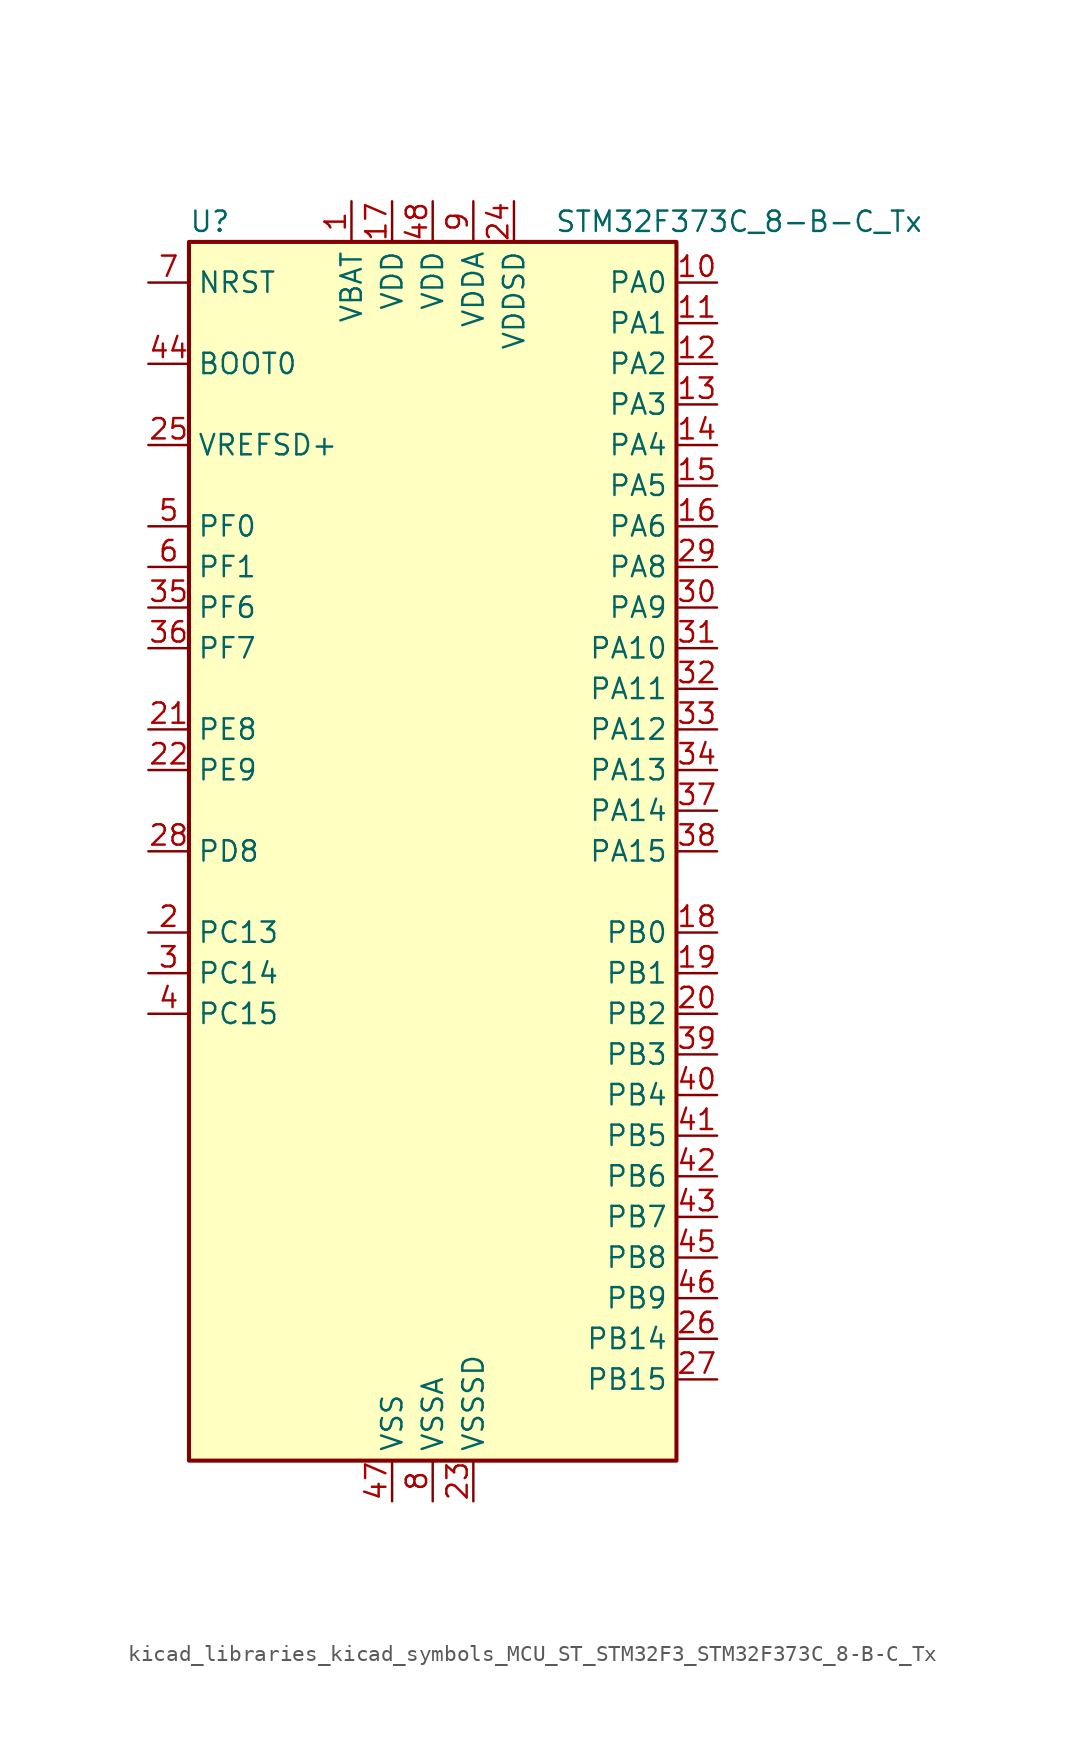
<source format=kicad_sym>
(kicad_symbol_lib
  (version 20220914)
  (generator kicad_symbol_editor)
  (symbol "kicad_libraries_kicad_symbols_MCU_ST_STM32F3_STM32F373C_8-B-C_Tx"
    (property "Reference" "U"
      (at -15.24 39.37 0)
      (effects (font (size 1.27 1.27)) (justify left)))
    (property "Value" "STM32F373C_8-B-C_Tx"
      (at 7.62 39.37 0)
      (effects (font (size 1.27 1.27)) (justify left)))
    (property "ki_locked" ""
      (at 0 0 0)
      (effects (font (size 1.27 1.27))))
    (symbol "kicad_libraries_kicad_symbols_MCU_ST_STM32F3_STM32F373C_8-B-C_Tx_0_1"
      (rectangle (start -15.24 -38.1) (end 15.24 38.1) (stroke (width 0.254) (type default)) (fill (type background))))
    (symbol "kicad_libraries_kicad_symbols_MCU_ST_STM32F3_STM32F373C_8-B-C_Tx_1_1"
      (pin power_in line (at -5.08 40.64 270) (length 2.54) (name "VBAT" (effects (font (size 1.27 1.27)))) (number "1" (effects (font (size 1.27 1.27)))))
      (pin bidirectional line (at 17.78 35.56 180) (length 2.54) (name "PA0" (effects (font (size 1.27 1.27)))) (number "10" (effects (font (size 1.27 1.27)))) (alternate "ADC1_IN0" bidirectional line) (alternate "COMP1_INM" bidirectional line) (alternate "COMP1_OUT" bidirectional line) (alternate "RTC_TAMP2" bidirectional line) (alternate "SYS_WKUP1" bidirectional line) (alternate "TIM19_CH1" bidirectional line) (alternate "TIM2_CH1" bidirectional line) (alternate "TIM2_ETR" bidirectional line) (alternate "TIM5_CH1" bidirectional line) (alternate "TIM5_ETR" bidirectional line) (alternate "TSC_G1_IO1" bidirectional line) (alternate "USART2_CTS" bidirectional line))
      (pin bidirectional line (at 17.78 33.02 180) (length 2.54) (name "PA1" (effects (font (size 1.27 1.27)))) (number "11" (effects (font (size 1.27 1.27)))) (alternate "ADC1_IN1" bidirectional line) (alternate "COMP1_INP" bidirectional line) (alternate "I2S3_CK" bidirectional line) (alternate "RTC_REFIN" bidirectional line) (alternate "SPI3_SCK" bidirectional line) (alternate "TIM15_CH1N" bidirectional line) (alternate "TIM19_CH2" bidirectional line) (alternate "TIM2_CH2" bidirectional line) (alternate "TIM5_CH2" bidirectional line) (alternate "TSC_G1_IO2" bidirectional line) (alternate "USART2_DE" bidirectional line) (alternate "USART2_RTS" bidirectional line))
      (pin bidirectional line (at 17.78 30.48 180) (length 2.54) (name "PA2" (effects (font (size 1.27 1.27)))) (number "12" (effects (font (size 1.27 1.27)))) (alternate "ADC1_IN2" bidirectional line) (alternate "COMP2_INM" bidirectional line) (alternate "COMP2_OUT" bidirectional line) (alternate "I2S3_MCK" bidirectional line) (alternate "SPI3_MISO" bidirectional line) (alternate "TIM15_CH1" bidirectional line) (alternate "TIM19_CH3" bidirectional line) (alternate "TIM2_CH3" bidirectional line) (alternate "TIM5_CH3" bidirectional line) (alternate "TSC_G1_IO3" bidirectional line) (alternate "USART2_TX" bidirectional line))
      (pin bidirectional line (at 17.78 27.94 180) (length 2.54) (name "PA3" (effects (font (size 1.27 1.27)))) (number "13" (effects (font (size 1.27 1.27)))) (alternate "ADC1_IN3" bidirectional line) (alternate "COMP2_INP" bidirectional line) (alternate "I2S3_SD" bidirectional line) (alternate "SPI3_MOSI" bidirectional line) (alternate "TIM15_CH2" bidirectional line) (alternate "TIM19_CH4" bidirectional line) (alternate "TIM2_CH4" bidirectional line) (alternate "TIM5_CH4" bidirectional line) (alternate "TSC_G1_IO4" bidirectional line) (alternate "USART2_RX" bidirectional line))
      (pin bidirectional line (at 17.78 25.4 180) (length 2.54) (name "PA4" (effects (font (size 1.27 1.27)))) (number "14" (effects (font (size 1.27 1.27)))) (alternate "ADC1_IN4" bidirectional line) (alternate "DAC1_OUT1" bidirectional line) (alternate "I2S1_WS" bidirectional line) (alternate "I2S3_WS" bidirectional line) (alternate "SPI1_NSS" bidirectional line) (alternate "SPI3_NSS" bidirectional line) (alternate "TIM12_CH1" bidirectional line) (alternate "TIM3_CH2" bidirectional line) (alternate "TSC_G2_IO1" bidirectional line) (alternate "USART2_CK" bidirectional line))
      (pin bidirectional line (at 17.78 22.86 180) (length 2.54) (name "PA5" (effects (font (size 1.27 1.27)))) (number "15" (effects (font (size 1.27 1.27)))) (alternate "ADC1_IN5" bidirectional line) (alternate "CEC" bidirectional line) (alternate "DAC1_OUT2" bidirectional line) (alternate "I2S1_CK" bidirectional line) (alternate "SPI1_SCK" bidirectional line) (alternate "TIM12_CH2" bidirectional line) (alternate "TIM14_CH1" bidirectional line) (alternate "TIM2_CH1" bidirectional line) (alternate "TIM2_ETR" bidirectional line) (alternate "TSC_G2_IO2" bidirectional line))
      (pin bidirectional line (at 17.78 20.32 180) (length 2.54) (name "PA6" (effects (font (size 1.27 1.27)))) (number "16" (effects (font (size 1.27 1.27)))) (alternate "ADC1_IN6" bidirectional line) (alternate "COMP1_OUT" bidirectional line) (alternate "DAC2_OUT1" bidirectional line) (alternate "I2S1_MCK" bidirectional line) (alternate "SPI1_MISO" bidirectional line) (alternate "TIM13_CH1" bidirectional line) (alternate "TIM16_CH1" bidirectional line) (alternate "TIM3_CH1" bidirectional line) (alternate "TSC_G2_IO3" bidirectional line))
      (pin power_in line (at -2.54 40.64 270) (length 2.54) (name "VDD" (effects (font (size 1.27 1.27)))) (number "17" (effects (font (size 1.27 1.27)))))
      (pin bidirectional line (at 17.78 -5.08 180) (length 2.54) (name "PB0" (effects (font (size 1.27 1.27)))) (number "18" (effects (font (size 1.27 1.27)))) (alternate "ADC1_IN8" bidirectional line) (alternate "I2S1_SD" bidirectional line) (alternate "SDADC1_AIN6P" bidirectional line) (alternate "SPI1_MOSI" bidirectional line) (alternate "TIM3_CH2" bidirectional line) (alternate "TIM3_CH3" bidirectional line) (alternate "TSC_G3_IO3" bidirectional line))
      (pin bidirectional line (at 17.78 -7.62 180) (length 2.54) (name "PB1" (effects (font (size 1.27 1.27)))) (number "19" (effects (font (size 1.27 1.27)))) (alternate "ADC1_IN9" bidirectional line) (alternate "SDADC1_AIN5P" bidirectional line) (alternate "SDADC1_AIN6M" bidirectional line) (alternate "TIM3_CH4" bidirectional line) (alternate "TSC_G3_IO4" bidirectional line))
      (pin bidirectional line (at -17.78 -5.08 0) (length 2.54) (name "PC13" (effects (font (size 1.27 1.27)))) (number "2" (effects (font (size 1.27 1.27)))) (alternate "RTC_OUT_ALARM" bidirectional line) (alternate "RTC_OUT_CALIB" bidirectional line) (alternate "RTC_TAMP1" bidirectional line) (alternate "RTC_TS" bidirectional line) (alternate "SYS_WKUP2" bidirectional line))
      (pin bidirectional line (at 17.78 -10.16 180) (length 2.54) (name "PB2" (effects (font (size 1.27 1.27)))) (number "20" (effects (font (size 1.27 1.27)))) (alternate "SDADC1_AIN4P" bidirectional line) (alternate "SDADC2_AIN6P" bidirectional line))
      (pin bidirectional line (at -17.78 7.62 0) (length 2.54) (name "PE8" (effects (font (size 1.27 1.27)))) (number "21" (effects (font (size 1.27 1.27)))) (alternate "SDADC1_AIN8P" bidirectional line) (alternate "SDADC2_AIN8P" bidirectional line))
      (pin bidirectional line (at -17.78 5.08 0) (length 2.54) (name "PE9" (effects (font (size 1.27 1.27)))) (number "22" (effects (font (size 1.27 1.27)))) (alternate "DAC1_EXTI9" bidirectional line) (alternate "DAC2_EXTI9" bidirectional line) (alternate "SDADC1_AIN7P" bidirectional line) (alternate "SDADC1_AIN8M" bidirectional line) (alternate "SDADC2_AIN7P" bidirectional line) (alternate "SDADC2_AIN8M" bidirectional line))
      (pin power_in line (at 2.54 -40.64 90) (length 2.54) (name "VSSSD" (effects (font (size 1.27 1.27)))) (number "23" (effects (font (size 1.27 1.27)))))
      (pin power_in line (at 5.08 40.64 270) (length 2.54) (name "VDDSD" (effects (font (size 1.27 1.27)))) (number "24" (effects (font (size 1.27 1.27)))))
      (pin input line (at -17.78 25.4 0) (length 2.54) (name "VREFSD+" (effects (font (size 1.27 1.27)))) (number "25" (effects (font (size 1.27 1.27)))))
      (pin bidirectional line (at 17.78 -30.48 180) (length 2.54) (name "PB14" (effects (font (size 1.27 1.27)))) (number "26" (effects (font (size 1.27 1.27)))) (alternate "I2S2_MCK" bidirectional line) (alternate "SDADC3_AIN8P" bidirectional line) (alternate "SPI2_MISO" bidirectional line) (alternate "TIM12_CH1" bidirectional line) (alternate "TIM15_CH1" bidirectional line) (alternate "TSC_G6_IO1" bidirectional line) (alternate "USART3_DE" bidirectional line) (alternate "USART3_RTS" bidirectional line))
      (pin bidirectional line (at 17.78 -33.02 180) (length 2.54) (name "PB15" (effects (font (size 1.27 1.27)))) (number "27" (effects (font (size 1.27 1.27)))) (alternate "ADC1_EXTI15" bidirectional line) (alternate "I2S2_SD" bidirectional line) (alternate "RTC_REFIN" bidirectional line) (alternate "SDADC1_EXTI15" bidirectional line) (alternate "SDADC2_EXTI15" bidirectional line) (alternate "SDADC3_AIN7P" bidirectional line) (alternate "SDADC3_AIN8M" bidirectional line) (alternate "SDADC3_EXTI15" bidirectional line) (alternate "SPI2_MOSI" bidirectional line) (alternate "TIM12_CH2" bidirectional line) (alternate "TIM15_CH1N" bidirectional line) (alternate "TIM15_CH2" bidirectional line) (alternate "TSC_G6_IO2" bidirectional line))
      (pin bidirectional line (at -17.78 0 0) (length 2.54) (name "PD8" (effects (font (size 1.27 1.27)))) (number "28" (effects (font (size 1.27 1.27)))) (alternate "I2S2_CK" bidirectional line) (alternate "SDADC3_AIN6P" bidirectional line) (alternate "SPI2_SCK" bidirectional line) (alternate "TSC_G6_IO3" bidirectional line) (alternate "USART3_TX" bidirectional line))
      (pin bidirectional line (at 17.78 17.78 180) (length 2.54) (name "PA8" (effects (font (size 1.27 1.27)))) (number "29" (effects (font (size 1.27 1.27)))) (alternate "I2C2_SMBA" bidirectional line) (alternate "I2S2_CK" bidirectional line) (alternate "RCC_MCO" bidirectional line) (alternate "SPI2_SCK" bidirectional line) (alternate "TIM4_ETR" bidirectional line) (alternate "TIM5_CH1" bidirectional line) (alternate "TIM5_ETR" bidirectional line) (alternate "USART1_CK" bidirectional line))
      (pin bidirectional line (at -17.78 -7.62 0) (length 2.54) (name "PC14" (effects (font (size 1.27 1.27)))) (number "3" (effects (font (size 1.27 1.27)))) (alternate "RCC_OSC32_IN" bidirectional line))
      (pin bidirectional line (at 17.78 15.24 180) (length 2.54) (name "PA9" (effects (font (size 1.27 1.27)))) (number "30" (effects (font (size 1.27 1.27)))) (alternate "DAC1_EXTI9" bidirectional line) (alternate "DAC2_EXTI9" bidirectional line) (alternate "I2C2_SCL" bidirectional line) (alternate "I2S2_MCK" bidirectional line) (alternate "SPI2_MISO" bidirectional line) (alternate "TIM13_CH1" bidirectional line) (alternate "TIM15_BKIN" bidirectional line) (alternate "TIM2_CH3" bidirectional line) (alternate "TSC_G4_IO1" bidirectional line) (alternate "USART1_TX" bidirectional line))
      (pin bidirectional line (at 17.78 12.7 180) (length 2.54) (name "PA10" (effects (font (size 1.27 1.27)))) (number "31" (effects (font (size 1.27 1.27)))) (alternate "I2C2_SDA" bidirectional line) (alternate "I2S2_SD" bidirectional line) (alternate "SPI2_MOSI" bidirectional line) (alternate "TIM14_CH1" bidirectional line) (alternate "TIM17_BKIN" bidirectional line) (alternate "TIM2_CH4" bidirectional line) (alternate "TSC_G4_IO2" bidirectional line) (alternate "USART1_RX" bidirectional line))
      (pin bidirectional line (at 17.78 10.16 180) (length 2.54) (name "PA11" (effects (font (size 1.27 1.27)))) (number "32" (effects (font (size 1.27 1.27)))) (alternate "ADC1_EXTI11" bidirectional line) (alternate "CAN_RX" bidirectional line) (alternate "COMP1_OUT" bidirectional line) (alternate "I2S1_WS" bidirectional line) (alternate "I2S2_WS" bidirectional line) (alternate "SDADC1_EXTI11" bidirectional line) (alternate "SDADC2_EXTI11" bidirectional line) (alternate "SDADC3_EXTI11" bidirectional line) (alternate "SPI1_NSS" bidirectional line) (alternate "SPI2_NSS" bidirectional line) (alternate "TIM4_CH1" bidirectional line) (alternate "TIM5_CH2" bidirectional line) (alternate "USART1_CTS" bidirectional line) (alternate "USB_DM" bidirectional line))
      (pin bidirectional line (at 17.78 7.62 180) (length 2.54) (name "PA12" (effects (font (size 1.27 1.27)))) (number "33" (effects (font (size 1.27 1.27)))) (alternate "CAN_TX" bidirectional line) (alternate "COMP2_OUT" bidirectional line) (alternate "I2S1_CK" bidirectional line) (alternate "SPI1_SCK" bidirectional line) (alternate "TIM16_CH1" bidirectional line) (alternate "TIM4_CH2" bidirectional line) (alternate "TIM5_CH3" bidirectional line) (alternate "USART1_DE" bidirectional line) (alternate "USART1_RTS" bidirectional line) (alternate "USB_DP" bidirectional line))
      (pin bidirectional line (at 17.78 5.08 180) (length 2.54) (name "PA13" (effects (font (size 1.27 1.27)))) (number "34" (effects (font (size 1.27 1.27)))) (alternate "I2S1_MCK" bidirectional line) (alternate "IR_OUT" bidirectional line) (alternate "SPI1_MISO" bidirectional line) (alternate "SYS_JTMS-SWDIO" bidirectional line) (alternate "TIM16_CH1N" bidirectional line) (alternate "TIM4_CH3" bidirectional line) (alternate "TIM5_CH4" bidirectional line) (alternate "TSC_G4_IO3" bidirectional line) (alternate "USART3_CTS" bidirectional line))
      (pin bidirectional line (at -17.78 15.24 0) (length 2.54) (name "PF6" (effects (font (size 1.27 1.27)))) (number "35" (effects (font (size 1.27 1.27)))) (alternate "I2C2_SCL" bidirectional line) (alternate "I2S1_SD" bidirectional line) (alternate "SPI1_MOSI" bidirectional line) (alternate "TIM4_CH4" bidirectional line) (alternate "USART3_DE" bidirectional line) (alternate "USART3_RTS" bidirectional line))
      (pin bidirectional line (at -17.78 12.7 0) (length 2.54) (name "PF7" (effects (font (size 1.27 1.27)))) (number "36" (effects (font (size 1.27 1.27)))) (alternate "I2C2_SDA" bidirectional line) (alternate "USART2_CK" bidirectional line))
      (pin bidirectional line (at 17.78 2.54 180) (length 2.54) (name "PA14" (effects (font (size 1.27 1.27)))) (number "37" (effects (font (size 1.27 1.27)))) (alternate "I2C1_SDA" bidirectional line) (alternate "SYS_JTCK-SWCLK" bidirectional line) (alternate "TIM12_CH1" bidirectional line) (alternate "TSC_G4_IO4" bidirectional line))
      (pin bidirectional line (at 17.78 0 180) (length 2.54) (name "PA15" (effects (font (size 1.27 1.27)))) (number "38" (effects (font (size 1.27 1.27)))) (alternate "ADC1_EXTI15" bidirectional line) (alternate "I2C1_SCL" bidirectional line) (alternate "I2S1_WS" bidirectional line) (alternate "I2S3_WS" bidirectional line) (alternate "SDADC1_EXTI15" bidirectional line) (alternate "SDADC2_EXTI15" bidirectional line) (alternate "SDADC3_EXTI15" bidirectional line) (alternate "SPI1_NSS" bidirectional line) (alternate "SPI3_NSS" bidirectional line) (alternate "SYS_JTDI" bidirectional line) (alternate "TIM12_CH2" bidirectional line) (alternate "TIM2_CH1" bidirectional line) (alternate "TIM2_ETR" bidirectional line) (alternate "TSC_SYNC" bidirectional line))
      (pin bidirectional line (at 17.78 -12.7 180) (length 2.54) (name "PB3" (effects (font (size 1.27 1.27)))) (number "39" (effects (font (size 1.27 1.27)))) (alternate "I2S1_CK" bidirectional line) (alternate "I2S3_CK" bidirectional line) (alternate "SPI1_SCK" bidirectional line) (alternate "SPI3_SCK" bidirectional line) (alternate "SYS_JTDO-TRACESWO" bidirectional line) (alternate "TIM13_CH1" bidirectional line) (alternate "TIM2_CH2" bidirectional line) (alternate "TIM3_ETR" bidirectional line) (alternate "TIM4_ETR" bidirectional line) (alternate "TSC_G5_IO1" bidirectional line) (alternate "USART2_TX" bidirectional line))
      (pin bidirectional line (at -17.78 -10.16 0) (length 2.54) (name "PC15" (effects (font (size 1.27 1.27)))) (number "4" (effects (font (size 1.27 1.27)))) (alternate "ADC1_EXTI15" bidirectional line) (alternate "RCC_OSC32_OUT" bidirectional line) (alternate "SDADC1_EXTI15" bidirectional line) (alternate "SDADC2_EXTI15" bidirectional line) (alternate "SDADC3_EXTI15" bidirectional line))
      (pin bidirectional line (at 17.78 -15.24 180) (length 2.54) (name "PB4" (effects (font (size 1.27 1.27)))) (number "40" (effects (font (size 1.27 1.27)))) (alternate "I2S1_MCK" bidirectional line) (alternate "I2S3_MCK" bidirectional line) (alternate "SPI1_MISO" bidirectional line) (alternate "SPI3_MISO" bidirectional line) (alternate "SYS_NJTRST" bidirectional line) (alternate "TIM15_CH1N" bidirectional line) (alternate "TIM16_CH1" bidirectional line) (alternate "TIM17_BKIN" bidirectional line) (alternate "TIM3_CH1" bidirectional line) (alternate "TSC_G5_IO2" bidirectional line) (alternate "USART2_RX" bidirectional line))
      (pin bidirectional line (at 17.78 -17.78 180) (length 2.54) (name "PB5" (effects (font (size 1.27 1.27)))) (number "41" (effects (font (size 1.27 1.27)))) (alternate "I2C1_SMBA" bidirectional line) (alternate "I2S1_SD" bidirectional line) (alternate "I2S3_SD" bidirectional line) (alternate "SPI1_MOSI" bidirectional line) (alternate "SPI3_MOSI" bidirectional line) (alternate "TIM16_BKIN" bidirectional line) (alternate "TIM17_CH1" bidirectional line) (alternate "TIM19_ETR" bidirectional line) (alternate "TIM3_CH2" bidirectional line) (alternate "USART2_CK" bidirectional line))
      (pin bidirectional line (at 17.78 -20.32 180) (length 2.54) (name "PB6" (effects (font (size 1.27 1.27)))) (number "42" (effects (font (size 1.27 1.27)))) (alternate "I2C1_SCL" bidirectional line) (alternate "TIM15_CH1" bidirectional line) (alternate "TIM16_CH1N" bidirectional line) (alternate "TIM19_CH1" bidirectional line) (alternate "TIM3_CH3" bidirectional line) (alternate "TIM4_CH1" bidirectional line) (alternate "TSC_G5_IO3" bidirectional line) (alternate "USART1_TX" bidirectional line))
      (pin bidirectional line (at 17.78 -22.86 180) (length 2.54) (name "PB7" (effects (font (size 1.27 1.27)))) (number "43" (effects (font (size 1.27 1.27)))) (alternate "I2C1_SDA" bidirectional line) (alternate "TIM15_CH2" bidirectional line) (alternate "TIM17_CH1N" bidirectional line) (alternate "TIM19_CH2" bidirectional line) (alternate "TIM3_CH4" bidirectional line) (alternate "TIM4_CH2" bidirectional line) (alternate "TSC_G5_IO4" bidirectional line) (alternate "USART1_RX" bidirectional line))
      (pin input line (at -17.78 30.48 0) (length 2.54) (name "BOOT0" (effects (font (size 1.27 1.27)))) (number "44" (effects (font (size 1.27 1.27)))))
      (pin bidirectional line (at 17.78 -25.4 180) (length 2.54) (name "PB8" (effects (font (size 1.27 1.27)))) (number "45" (effects (font (size 1.27 1.27)))) (alternate "CAN_RX" bidirectional line) (alternate "CEC" bidirectional line) (alternate "COMP1_OUT" bidirectional line) (alternate "I2C1_SCL" bidirectional line) (alternate "I2S2_CK" bidirectional line) (alternate "SPI2_SCK" bidirectional line) (alternate "TIM16_CH1" bidirectional line) (alternate "TIM19_CH3" bidirectional line) (alternate "TIM4_CH3" bidirectional line) (alternate "TSC_SYNC" bidirectional line) (alternate "USART3_TX" bidirectional line))
      (pin bidirectional line (at 17.78 -27.94 180) (length 2.54) (name "PB9" (effects (font (size 1.27 1.27)))) (number "46" (effects (font (size 1.27 1.27)))) (alternate "CAN_TX" bidirectional line) (alternate "COMP2_OUT" bidirectional line) (alternate "DAC1_EXTI9" bidirectional line) (alternate "DAC2_EXTI9" bidirectional line) (alternate "I2C1_SDA" bidirectional line) (alternate "I2S2_WS" bidirectional line) (alternate "IR_OUT" bidirectional line) (alternate "SPI2_NSS" bidirectional line) (alternate "TIM17_CH1" bidirectional line) (alternate "TIM19_CH4" bidirectional line) (alternate "TIM4_CH4" bidirectional line) (alternate "USART3_RX" bidirectional line))
      (pin power_in line (at -2.54 -40.64 90) (length 2.54) (name "VSS" (effects (font (size 1.27 1.27)))) (number "47" (effects (font (size 1.27 1.27)))))
      (pin power_in line (at 0 40.64 270) (length 2.54) (name "VDD" (effects (font (size 1.27 1.27)))) (number "48" (effects (font (size 1.27 1.27)))))
      (pin bidirectional line (at -17.78 20.32 0) (length 2.54) (name "PF0" (effects (font (size 1.27 1.27)))) (number "5" (effects (font (size 1.27 1.27)))) (alternate "I2C2_SDA" bidirectional line) (alternate "RCC_OSC_IN" bidirectional line))
      (pin bidirectional line (at -17.78 17.78 0) (length 2.54) (name "PF1" (effects (font (size 1.27 1.27)))) (number "6" (effects (font (size 1.27 1.27)))) (alternate "I2C2_SCL" bidirectional line) (alternate "RCC_OSC_OUT" bidirectional line))
      (pin input line (at -17.78 35.56 0) (length 2.54) (name "NRST" (effects (font (size 1.27 1.27)))) (number "7" (effects (font (size 1.27 1.27)))))
      (pin power_in line (at 0 -40.64 90) (length 2.54) (name "VSSA" (effects (font (size 1.27 1.27)))) (number "8" (effects (font (size 1.27 1.27)))))
      (pin power_in line (at 2.54 40.64 270) (length 2.54) (name "VDDA" (effects (font (size 1.27 1.27)))) (number "9" (effects (font (size 1.27 1.27))))))))
</source>
